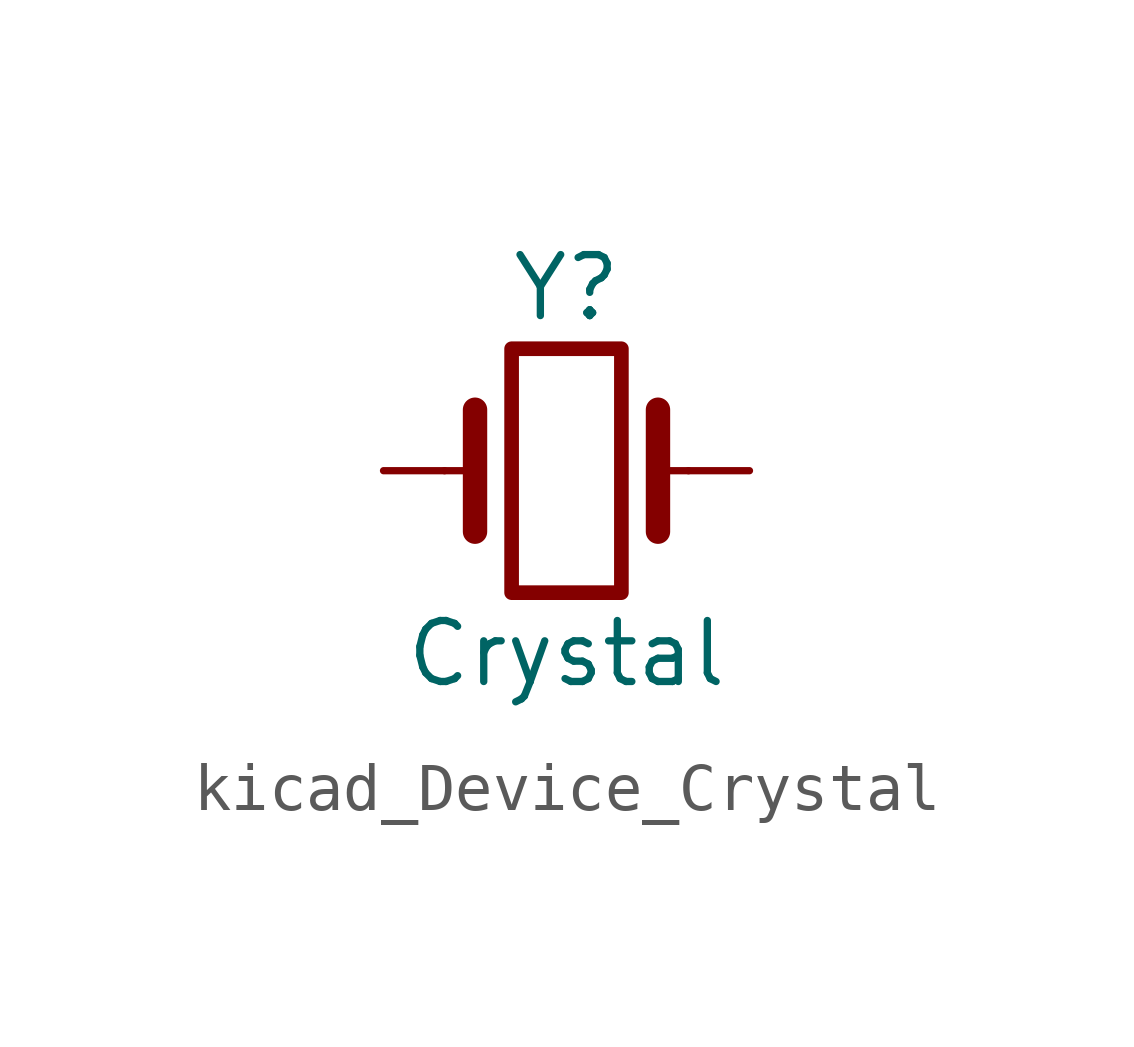
<source format=kicad_sym>
(kicad_symbol_lib
  (version 20220914)
  (generator kicad_symbol_editor)
  (symbol "kicad_Device_Crystal"
    (pin_numbers hide)
    (pin_names
      (offset 1.016) hide)
    (property "Reference" "Y"
      (at 0 3.81 0)
      (effects (font (size 1.27 1.27))))
    (property "Value" "Crystal"
      (at 0 -3.81 0)
      (effects (font (size 1.27 1.27))))
    (symbol "kicad_Device_Crystal_0_1"
      (rectangle (start -1.143 2.54) (end 1.143 -2.54) (stroke (width 0.305) (type default)) (fill (type none)))
      (polyline (pts (xy -2.54 0) (xy -1.905 0)) (stroke (width 0) (type default)) (fill (type none)))
      (polyline (pts (xy -1.905 -1.27) (xy -1.905 1.27)) (stroke (width 0.508) (type default)) (fill (type none)))
      (polyline (pts (xy 1.905 -1.27) (xy 1.905 1.27)) (stroke (width 0.508) (type default)) (fill (type none)))
      (polyline (pts (xy 2.54 0) (xy 1.905 0)) (stroke (width 0) (type default)) (fill (type none))))
    (symbol "kicad_Device_Crystal_1_1"
      (pin passive line (at -3.81 0 0) (length 1.27) (name "1" (effects (font (size 1.27 1.27)))) (number "1" (effects (font (size 1.27 1.27)))))
      (pin passive line (at 3.81 0 180) (length 1.27) (name "2" (effects (font (size 1.27 1.27)))) (number "2" (effects (font (size 1.27 1.27))))))))
</source>
